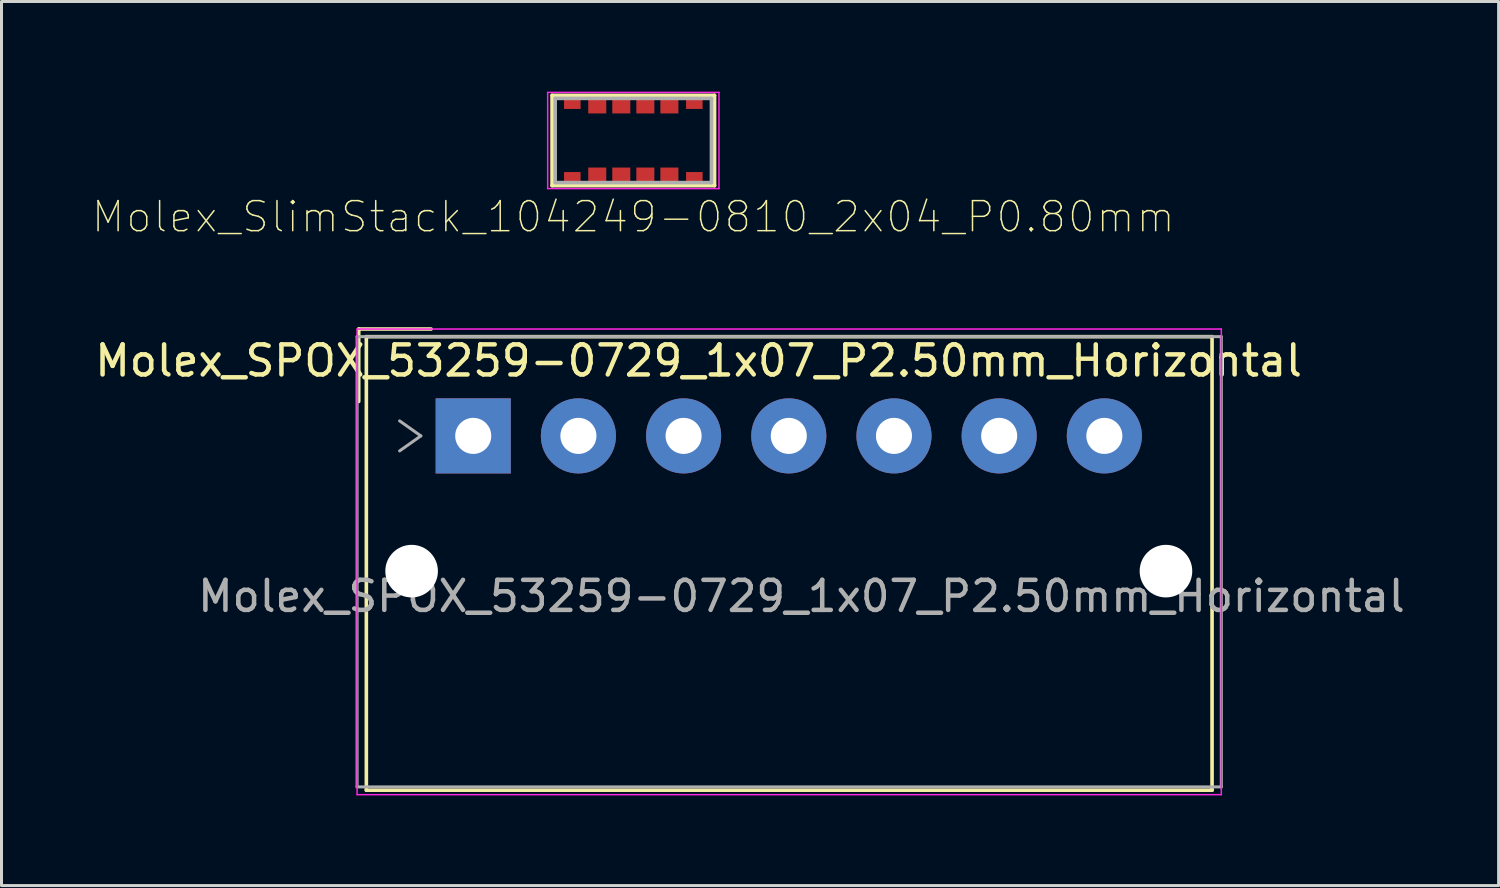
<source format=kicad_pcb>
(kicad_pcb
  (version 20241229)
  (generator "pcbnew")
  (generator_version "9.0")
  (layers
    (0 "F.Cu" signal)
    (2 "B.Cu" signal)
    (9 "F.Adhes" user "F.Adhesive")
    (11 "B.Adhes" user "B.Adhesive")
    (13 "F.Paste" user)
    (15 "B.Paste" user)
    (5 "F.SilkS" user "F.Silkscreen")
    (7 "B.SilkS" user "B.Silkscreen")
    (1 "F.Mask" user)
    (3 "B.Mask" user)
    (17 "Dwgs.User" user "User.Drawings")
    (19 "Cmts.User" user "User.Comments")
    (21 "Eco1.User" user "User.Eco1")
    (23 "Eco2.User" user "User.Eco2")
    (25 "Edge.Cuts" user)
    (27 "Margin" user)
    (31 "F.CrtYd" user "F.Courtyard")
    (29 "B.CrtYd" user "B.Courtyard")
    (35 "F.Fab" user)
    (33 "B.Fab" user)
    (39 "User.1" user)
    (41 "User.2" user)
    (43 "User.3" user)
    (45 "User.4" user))
  (footprint "Molex_SlimStack_104249-0810_2x04_P0.80mm"
    (layer "F.Cu")
    (at 18.023 1.625)
    (property "Reference" "Molex_SlimStack_104249-0810_2x04_P0.80mm" (at 0 2.54 0) (layer "F.SilkS") (effects (font (size 1 1) (thickness 0.05))))
    (attr smd)
    (fp_poly (pts (xy -1.5 -1.35) (xy -0.9 -1.35) (xy -0.9 -0.9) (xy -1.5 -0.9)) (stroke (width 0) (type solid)) (fill yes) (layer "F.Mask"))
    (fp_poly (pts (xy -1.5 0.9) (xy -0.9 0.9) (xy -0.9 1.35) (xy -1.5 1.35)) (stroke (width 0) (type solid)) (fill yes) (layer "F.Mask"))
    (fp_poly (pts (xy -0.7 -1.35) (xy -0.1 -1.35) (xy -0.1 -0.9) (xy -0.7 -0.9)) (stroke (width 0) (type solid)) (fill yes) (layer "F.Mask"))
    (fp_poly (pts (xy -0.7 0.9) (xy -0.1 0.9) (xy -0.1 1.35) (xy -0.7 1.35)) (stroke (width 0) (type solid)) (fill yes) (layer "F.Mask"))
    (fp_poly (pts (xy 0.1 -1.35) (xy 0.7 -1.35) (xy 0.7 -0.9) (xy 0.1 -0.9)) (stroke (width 0) (type solid)) (fill yes) (layer "F.Mask"))
    (fp_poly (pts (xy 0.1 0.9) (xy 0.7 0.9) (xy 0.7 1.35) (xy 0.1 1.35)) (stroke (width 0) (type solid)) (fill yes) (layer "F.Mask"))
    (fp_poly (pts (xy 0.9 -1.35) (xy 1.5 -1.35) (xy 1.5 -0.9) (xy 0.9 -0.9)) (stroke (width 0) (type solid)) (fill yes) (layer "F.Mask"))
    (fp_poly (pts (xy 0.9 0.9) (xy 1.5 0.9) (xy 1.5 1.35) (xy 0.9 1.35)) (stroke (width 0) (type solid)) (fill yes) (layer "F.Mask"))
    (fp_line (start -2.7 -1.5) (end 2.7 -1.5) (stroke (width 0.127) (type solid)) (layer "F.SilkS"))
    (fp_line (start -2.7 1.5) (end -2.7 -1.5) (stroke (width 0.127) (type solid)) (layer "F.SilkS"))
    (fp_line (start 2.7 -1.5) (end 2.7 1.5) (stroke (width 0.127) (type solid)) (layer "F.SilkS"))
    (fp_line (start 2.7 1.5) (end -2.7 1.5) (stroke (width 0.127) (type solid)) (layer "F.SilkS"))
    (fp_poly (pts (xy -2.25 -1.32) (xy -1.81 -1.32) (xy -1.81 -1.08) (xy -2.25 -1.08)) (stroke (width 0) (type solid)) (fill yes) (layer "F.Paste"))
    (fp_poly (pts (xy -2.25 1.08) (xy -1.81 1.08) (xy -1.81 1.32) (xy -2.25 1.32)) (stroke (width 0) (type solid)) (fill yes) (layer "F.Paste"))
    (fp_poly (pts (xy -1.44 -1.305) (xy -0.96 -1.305) (xy -0.96 -0.945) (xy -1.44 -0.945)) (stroke (width 0) (type solid)) (fill yes) (layer "F.Paste"))
    (fp_poly (pts (xy -1.44 0.945) (xy -0.96 0.945) (xy -0.96 1.305) (xy -1.44 1.305)) (stroke (width 0) (type solid)) (fill yes) (layer "F.Paste"))
    (fp_poly (pts (xy -0.64 -1.305) (xy -0.16 -1.305) (xy -0.16 -0.945) (xy -0.64 -0.945)) (stroke (width 0) (type solid)) (fill yes) (layer "F.Paste"))
    (fp_poly (pts (xy -0.64 0.945) (xy -0.16 0.945) (xy -0.16 1.305) (xy -0.64 1.305)) (stroke (width 0) (type solid)) (fill yes) (layer "F.Paste"))
    (fp_poly (pts (xy 0.16 -1.305) (xy 0.64 -1.305) (xy 0.64 -0.945) (xy 0.16 -0.945)) (stroke (width 0) (type solid)) (fill yes) (layer "F.Paste"))
    (fp_poly (pts (xy 0.16 0.945) (xy 0.64 0.945) (xy 0.64 1.305) (xy 0.16 1.305)) (stroke (width 0) (type solid)) (fill yes) (layer "F.Paste"))
    (fp_poly (pts (xy 0.96 -1.305) (xy 1.44 -1.305) (xy 1.44 -0.945) (xy 0.96 -0.945)) (stroke (width 0) (type solid)) (fill yes) (layer "F.Paste"))
    (fp_poly (pts (xy 0.96 0.945) (xy 1.44 0.945) (xy 1.44 1.305) (xy 0.96 1.305)) (stroke (width 0) (type solid)) (fill yes) (layer "F.Paste"))
    (fp_poly (pts (xy 1.81 -1.32) (xy 2.25 -1.32) (xy 2.25 -1.08) (xy 1.81 -1.08)) (stroke (width 0) (type solid)) (fill yes) (layer "F.Paste"))
    (fp_poly (pts (xy 1.81 1.08) (xy 2.25 1.08) (xy 2.25 1.32) (xy 1.81 1.32)) (stroke (width 0) (type solid)) (fill yes) (layer "F.Paste"))
    (fp_line (start -2.85 -1.6) (end 2.85 -1.6) (stroke (width 0.05) (type solid)) (layer "F.CrtYd"))
    (fp_line (start -2.85 1.6) (end -2.85 -1.6) (stroke (width 0.05) (type solid)) (layer "F.CrtYd"))
    (fp_line (start 2.85 -1.6) (end 2.85 1.6) (stroke (width 0.05) (type solid)) (layer "F.CrtYd"))
    (fp_line (start 2.85 1.6) (end -2.85 1.6) (stroke (width 0.05) (type solid)) (layer "F.CrtYd"))
    (fp_line (start -2.6 -1.4) (end 2.6 -1.4) (stroke (width 0.12) (type solid)) (layer "F.Fab"))
    (fp_line (start -2.6 1.4) (end -2.6 -1.4) (stroke (width 0.12) (type solid)) (layer "F.Fab"))
    (fp_line (start 2.6 -1.4) (end 2.6 1.4) (stroke (width 0.12) (type solid)) (layer "F.Fab"))
    (fp_line (start 2.6 1.4) (end -2.6 1.4) (stroke (width 0.12) (type solid)) (layer "F.Fab"))
    (pad "1" smd rect (at -1.2 1.125) (size 0.6 0.45) (layers "F.Cu" "F.Mask" "F.Paste"))
    (pad "2" smd rect (at -1.2 -1.125) (size 0.6 0.45) (layers "F.Cu" "F.Mask" "F.Paste"))
    (pad "3" smd rect (at -0.4 1.125) (size 0.6 0.45) (layers "F.Cu" "F.Mask" "F.Paste"))
    (pad "4" smd rect (at -0.4 -1.125) (size 0.6 0.45) (layers "F.Cu" "F.Mask" "F.Paste"))
    (pad "5" smd rect (at 0.4 1.125) (size 0.6 0.45) (layers "F.Cu" "F.Mask" "F.Paste"))
    (pad "6" smd rect (at 0.4 -1.125) (size 0.6 0.45) (layers "F.Cu" "F.Mask" "F.Paste"))
    (pad "7" smd rect (at 1.2 1.125) (size 0.6 0.45) (layers "F.Cu" "F.Mask" "F.Paste"))
    (pad "8" smd rect (at 1.2 -1.125) (size 0.6 0.45) (layers "F.Cu" "F.Mask" "F.Paste"))
    (pad "S1" smd rect (at -2.03 -1.2) (size 0.55 0.3) (layers "F.Cu" "F.Mask" "F.Paste"))
    (pad "S2" smd rect (at 2.03 -1.2) (size 0.55 0.3) (layers "F.Cu" "F.Mask" "F.Paste"))
    (pad "S3" smd rect (at 2.03 1.2) (size 0.55 0.3) (layers "F.Cu" "F.Mask" "F.Paste"))
    (pad "S4" smd rect (at -2.03 1.2) (size 0.55 0.3) (layers "F.Cu" "F.Mask" "F.Paste")))
  (footprint "Molex_SPOX_53259-0729_1x07_P2.50mm_Horizontal"
    (layer "F.Cu")
    (at 12.696 11.454)
    (property "Reference" "Molex_SPOX_53259-0729_1x07_P2.50mm_Horizontal" (at 7.5 -2.5 0) (layer "F.SilkS") (effects (font (size 1 1) (thickness 0.15))))
    (attr through_hole)
    (fp_line (start -3.81 -3.556) (end -1.4 -3.556) (stroke (width 0.12) (type solid)) (layer "F.SilkS"))
    (fp_line (start -3.81 -1.146) (end -3.81 -3.556) (stroke (width 0.12) (type solid)) (layer "F.SilkS"))
    (fp_line (start -3.556 -3.302) (end -3.556 11.79) (stroke (width 0.12) (type solid)) (layer "F.SilkS"))
    (fp_line (start -3.556 11.79) (end 24.584 11.79) (stroke (width 0.12) (type solid)) (layer "F.SilkS"))
    (fp_line (start 24.584 -3.302) (end -3.556 -3.302) (stroke (width 0.12) (type solid)) (layer "F.SilkS"))
    (fp_line (start 24.584 11.79) (end 24.584 -3.302) (stroke (width 0.12) (type solid)) (layer "F.SilkS"))
    (fp_line (start -3.864 -3.556) (end -3.864 11.938) (stroke (width 0.05) (type solid)) (layer "F.CrtYd"))
    (fp_line (start -3.864 11.938) (end 24.892 11.938) (stroke (width 0.05) (type solid)) (layer "F.CrtYd"))
    (fp_line (start 24.892 -3.556) (end -3.864 -3.556) (stroke (width 0.05) (type solid)) (layer "F.CrtYd"))
    (fp_line (start 24.892 11.938) (end 24.892 -3.556) (stroke (width 0.05) (type solid)) (layer "F.CrtYd"))
    (fp_line (start -3.864 -3.302) (end -3.864 11.68) (stroke (width 0.1) (type solid)) (layer "F.Fab"))
    (fp_line (start -3.864 11.68) (end 24.892 11.68) (stroke (width 0.1) (type solid)) (layer "F.Fab"))
    (fp_line (start -2.45 0.5) (end -1.743 0) (stroke (width 0.1) (type solid)) (layer "F.Fab"))
    (fp_line (start -1.743 0) (end -2.45 -0.5) (stroke (width 0.1) (type solid)) (layer "F.Fab"))
    (fp_line (start 24.892 -3.302) (end -3.864 -3.302) (stroke (width 0.1) (type solid)) (layer "F.Fab"))
    (fp_line (start 24.892 11.684) (end 24.892 -3.302) (stroke (width 0.1) (type solid)) (layer "F.Fab"))
    (fp_text user "${REFERENCE}" (at 10.922 5.334 0) (layer "F.Fab") (effects (font (size 1 1) (thickness 0.15))))
    (pad "" np_thru_hole circle (at -2.05 4.5) (size 1.75 1.75) (drill 1.75) (layers "*.Cu" "*.Mask"))
    (pad "" np_thru_hole circle (at 23.05 4.5) (size 1.75 1.75) (drill 1.75) (layers "*.Cu" "*.Mask"))
    (pad "1" thru_hole rect (at 0 0 90) (size 2.5 2.5) (drill 1.2) (layers "*.Cu" "*.Mask"))
    (pad "2" thru_hole circle (at 3.5 0) (size 2.5 2.5) (drill 1.2) (layers "*.Cu" "*.Mask"))
    (pad "3" thru_hole circle (at 7 0) (size 2.5 2.5) (drill 1.2) (layers "*.Cu" "*.Mask"))
    (pad "4" thru_hole circle (at 10.5 0) (size 2.5 2.5) (drill 1.2) (layers "*.Cu" "*.Mask"))
    (pad "5" thru_hole circle (at 14 0) (size 2.5 2.5) (drill 1.2) (layers "*.Cu" "*.Mask"))
    (pad "6" thru_hole circle (at 17.5 0) (size 2.5 2.5) (drill 1.2) (layers "*.Cu" "*.Mask"))
    (pad "7" thru_hole circle (at 21 0) (size 2.5 2.5) (drill 1.2) (layers "*.Cu" "*.Mask")))
  (gr_rect
    (start -3 -3)
    (end 46.815 26.417)
    (stroke (width 0.1) (type default))
    (fill no)
    (layer "Edge.Cuts")))
</source>
